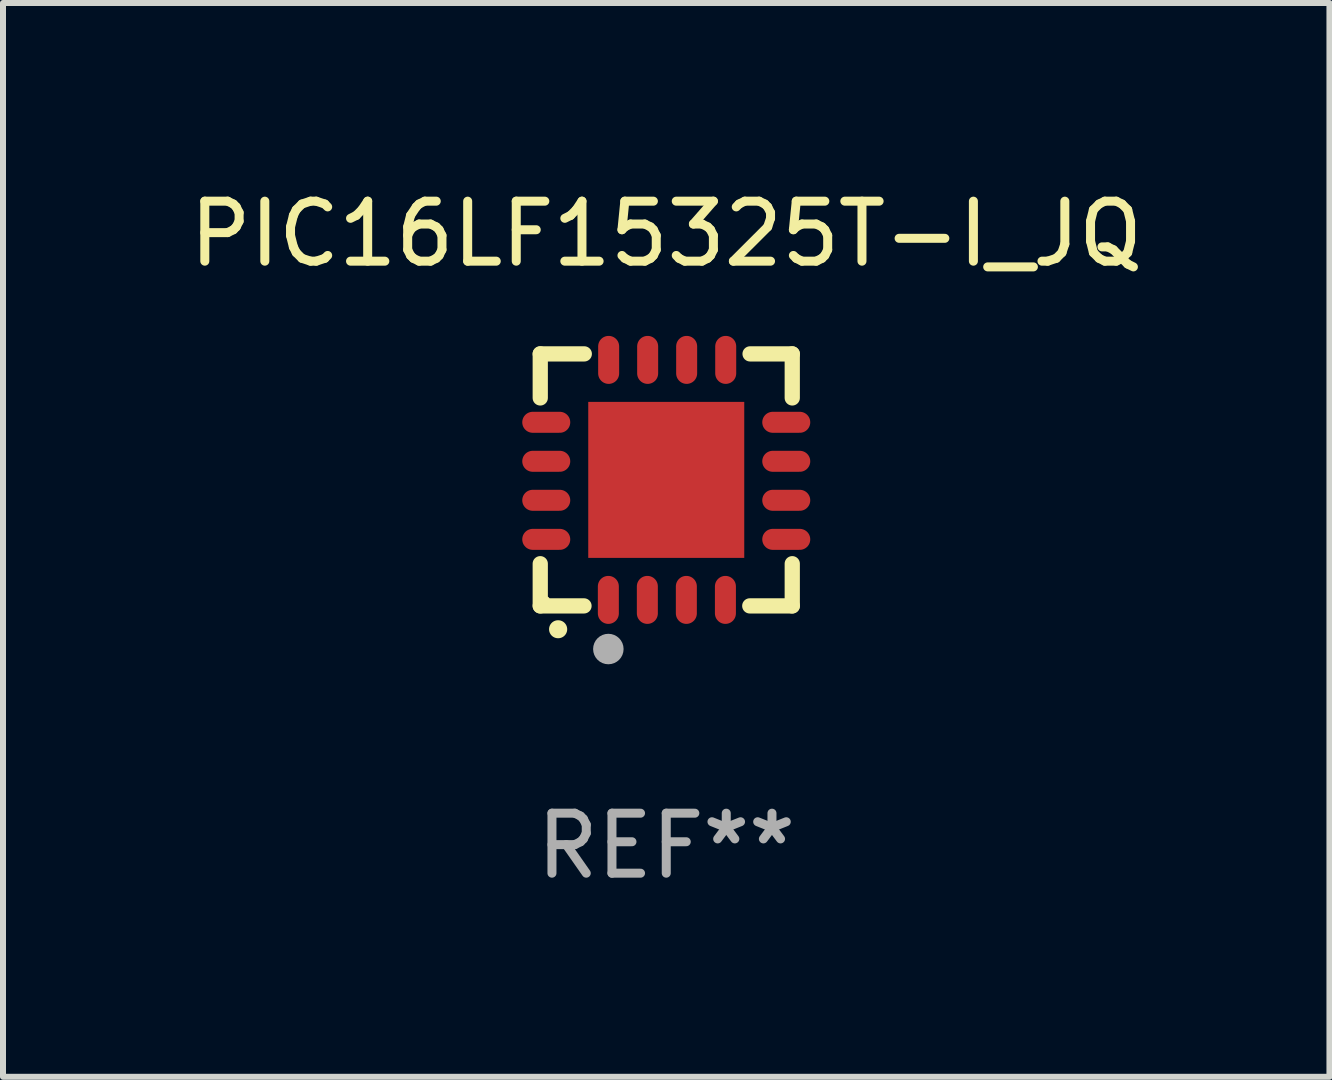
<source format=kicad_pcb>
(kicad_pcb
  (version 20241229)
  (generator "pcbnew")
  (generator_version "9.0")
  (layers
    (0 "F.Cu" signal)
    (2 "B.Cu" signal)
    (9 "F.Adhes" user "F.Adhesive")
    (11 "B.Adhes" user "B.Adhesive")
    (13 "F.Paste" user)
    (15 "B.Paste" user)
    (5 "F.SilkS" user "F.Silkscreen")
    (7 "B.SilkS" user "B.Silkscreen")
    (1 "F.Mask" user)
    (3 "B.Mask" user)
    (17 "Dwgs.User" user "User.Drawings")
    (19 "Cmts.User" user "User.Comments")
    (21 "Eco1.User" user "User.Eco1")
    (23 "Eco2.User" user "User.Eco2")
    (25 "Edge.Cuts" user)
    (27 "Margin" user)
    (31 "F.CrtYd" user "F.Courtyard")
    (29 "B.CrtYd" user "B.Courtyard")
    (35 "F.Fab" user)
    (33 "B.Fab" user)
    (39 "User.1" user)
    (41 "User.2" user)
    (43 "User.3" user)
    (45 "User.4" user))
  (footprint "PIC16LF15325T-I_JQ"
    (layer "F.Cu")
    (at 8.054 4.948)
    (property "Reference" "PIC16LF15325T-I_JQ" (at 0 -4.1 0) (layer "F.SilkS") (effects (font (size 1 1) (thickness 0.15))))
    (attr through_hole)
    (fp_line (start -2.1 -2.1) (end -1.366 -2.1) (stroke (width 0.254) (type solid)) (layer "F.SilkS"))
    (fp_line (start -2.1 -1.366) (end -2.1 -2.1) (stroke (width 0.254) (type solid)) (layer "F.SilkS"))
    (fp_line (start -2.1 2.1) (end -2.1 1.397) (stroke (width 0.254) (type solid)) (layer "F.SilkS"))
    (fp_line (start -2.1 2.1) (end -1.371 2.1) (stroke (width 0.254) (type solid)) (layer "F.SilkS"))
    (fp_line (start 1.392 2.1) (end 2.1 2.1) (stroke (width 0.254) (type solid)) (layer "F.SilkS"))
    (fp_line (start 1.397 -2.1) (end 2.1 -2.1) (stroke (width 0.254) (type solid)) (layer "F.SilkS"))
    (fp_line (start 2.1 -1.366) (end 2.1 -2.1) (stroke (width 0.254) (type solid)) (layer "F.SilkS"))
    (fp_line (start 2.1 2.1) (end 2.1 1.397) (stroke (width 0.254) (type solid)) (layer "F.SilkS"))
    (fp_arc (start -1.803404 2.489205) (mid -1.802134 2.4892) (end -1.800864 2.489205) (stroke (width 0.3) (type solid)) (layer "F.SilkS"))
    (fp_circle (center -2 2) (end -1.97 2) (stroke (width 0.06) (type solid)) (fill no) (layer "F.SilkS"))
    (fp_circle (center -0.965 2.819) (end -0.838 2.819) (stroke (width 0.254) (type solid)) (fill no) (layer "F.Fab"))
    (fp_text user "REF**" (at 0 6.1 0) (layer "F.Fab") (effects (font (size 1 1) (thickness 0.15))))
    (pad "1" smd oval (at -0.965 2) (size 0.35 0.8) (layers "F.Cu" "F.Mask" "F.Paste"))
    (pad "2" smd oval (at -0.315 2) (size 0.35 0.8) (layers "F.Cu" "F.Mask" "F.Paste"))
    (pad "3" smd oval (at 0.335 2) (size 0.35 0.8) (layers "F.Cu" "F.Mask" "F.Paste"))
    (pad "4" smd oval (at 0.986 2) (size 0.35 0.8) (layers "F.Cu" "F.Mask" "F.Paste"))
    (pad "5" smd oval (at 2 0.991 90) (size 0.35 0.8) (layers "F.Cu" "F.Mask" "F.Paste"))
    (pad "6" smd oval (at 2 0.34 90) (size 0.35 0.8) (layers "F.Cu" "F.Mask" "F.Paste"))
    (pad "7" smd oval (at 2 -0.31 90) (size 0.35 0.8) (layers "F.Cu" "F.Mask" "F.Paste"))
    (pad "8" smd oval (at 2 -0.96 90) (size 0.35 0.8) (layers "F.Cu" "F.Mask" "F.Paste"))
    (pad "9" smd oval (at 0.991 -2) (size 0.35 0.8) (layers "F.Cu" "F.Mask" "F.Paste"))
    (pad "10" smd oval (at 0.34 -2) (size 0.35 0.8) (layers "F.Cu" "F.Mask" "F.Paste"))
    (pad "11" smd oval (at -0.31 -2) (size 0.35 0.8) (layers "F.Cu" "F.Mask" "F.Paste"))
    (pad "12" smd oval (at -0.96 -2) (size 0.35 0.8) (layers "F.Cu" "F.Mask" "F.Paste"))
    (pad "13" smd oval (at -2 -0.96 90) (size 0.35 0.8) (layers "F.Cu" "F.Mask" "F.Paste"))
    (pad "14" smd oval (at -2 -0.31 90) (size 0.35 0.8) (layers "F.Cu" "F.Mask" "F.Paste"))
    (pad "15" smd oval (at -2 0.34 90) (size 0.35 0.8) (layers "F.Cu" "F.Mask" "F.Paste"))
    (pad "16" smd oval (at -2 0.991 90) (size 0.35 0.8) (layers "F.Cu" "F.Mask" "F.Paste"))
    (pad "17" smd rect (at 0 0 90) (size 2.6 2.6) (layers "F.Cu" "F.Mask" "F.Paste")))
  (gr_rect
    (start -3 -3)
    (end 19.107 14.896)
    (stroke (width 0.1) (type default))
    (fill no)
    (layer "Edge.Cuts")))
</source>
